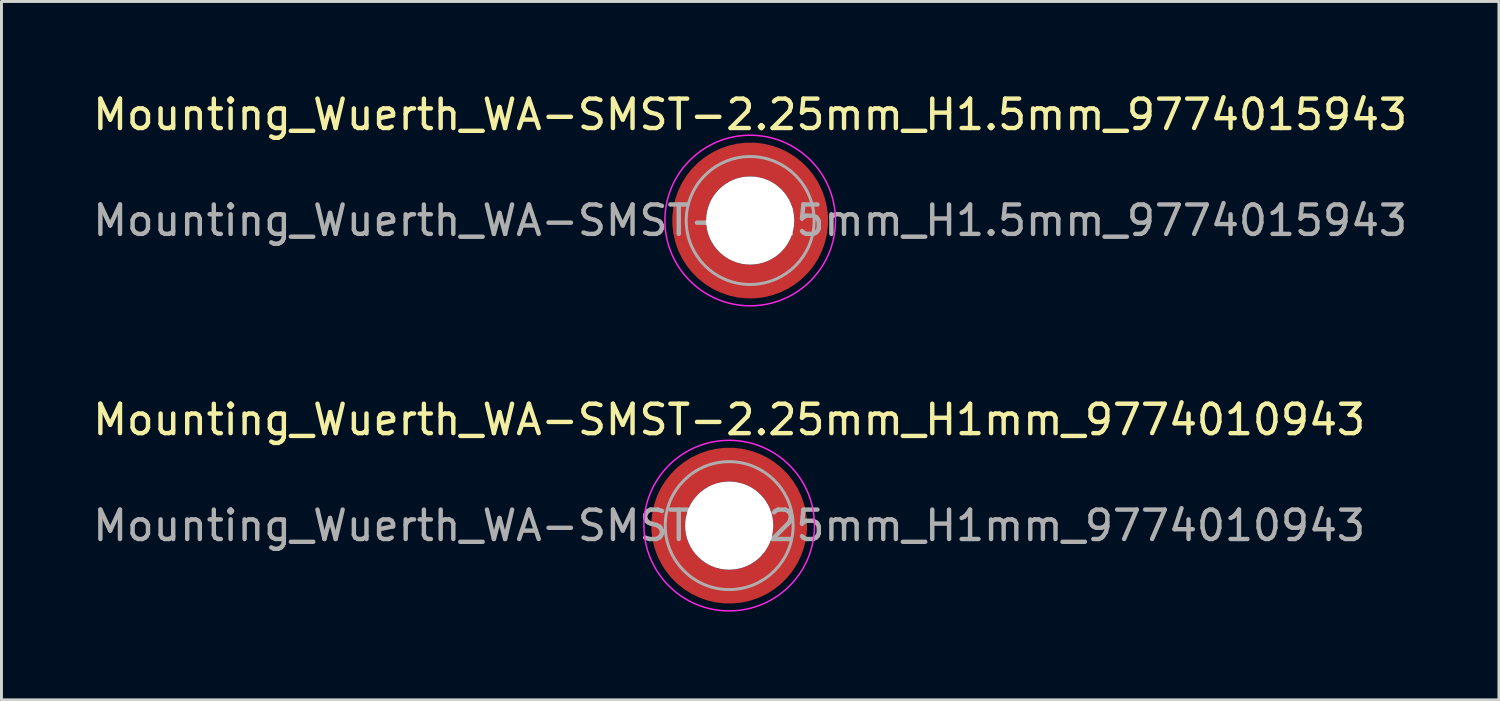
<source format=kicad_pcb>
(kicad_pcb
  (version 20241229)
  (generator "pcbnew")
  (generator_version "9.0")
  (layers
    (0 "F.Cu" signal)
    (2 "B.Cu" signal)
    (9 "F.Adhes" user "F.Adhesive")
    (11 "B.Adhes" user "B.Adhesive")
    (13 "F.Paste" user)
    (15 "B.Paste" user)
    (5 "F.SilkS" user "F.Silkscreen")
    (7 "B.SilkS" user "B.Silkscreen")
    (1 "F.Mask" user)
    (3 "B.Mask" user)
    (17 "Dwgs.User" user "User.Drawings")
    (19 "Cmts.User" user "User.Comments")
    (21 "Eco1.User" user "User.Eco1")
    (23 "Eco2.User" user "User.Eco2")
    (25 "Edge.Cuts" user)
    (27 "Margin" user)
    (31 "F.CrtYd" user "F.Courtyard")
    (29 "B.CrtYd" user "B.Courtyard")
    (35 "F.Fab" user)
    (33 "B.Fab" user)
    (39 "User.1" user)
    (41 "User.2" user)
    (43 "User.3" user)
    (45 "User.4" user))
  (footprint "Mounting_Wuerth_WA-SMST-2.25mm_H1mm_9774010943"
    (layer "F.Cu")
    (at 21.744 14.822)
    (property "Reference" "Mounting_Wuerth_WA-SMST-2.25mm_H1mm_9774010943" (at 0 -3.6 0) (layer "F.SilkS") (effects (font (size 1 1) (thickness 0.15))))
    (attr smd)
    (fp_circle (center 0 0) (end 2.9 0) (stroke (width 0.05) (type solid)) (fill no) (layer "F.CrtYd"))
    (fp_circle (center 0 0) (end 2.175 0) (stroke (width 0.1) (type solid)) (fill no) (layer "F.Fab"))
    (fp_text user "${REFERENCE}" (at 0 0 0) (layer "F.Fab") (effects (font (size 1 1) (thickness 0.15))))
    (pad "" smd custom (at -1.453 -1.453) (size 0.61 0.61) (layers "F.Paste") (options (anchor circle)) (primitives (gr_arc (start -0.147677 1.053104) (mid 0.286378 0.286378) (end 1.053104 -0.147677) (width 0.2)) (gr_arc (start -0.240295 1.053104) (mid 0.222738 0.222738) (end 1.053104 -0.240295) (width 0.2)) (gr_arc (start -0.332645 1.053104) (mid 0.159099 0.159099) (end 1.053104 -0.332645) (width 0.2)) (gr_arc (start -0.424767 1.053104) (mid 0.095459 0.095459) (end 1.053104 -0.424767) (width 0.2)) (gr_arc (start -0.516693 1.053104) (mid 0.031819 0.031819) (end 1.053104 -0.516693) (width 0.2)) (gr_arc (start -0.608448 1.053104) (mid -0.03182 -0.03182) (end 1.053104 -0.608448) (width 0.2)) (gr_arc (start -0.700056 1.053104) (mid -0.09546 -0.09546) (end 1.053104 -0.700056) (width 0.2)) (gr_arc (start -0.791534 1.053104) (mid -0.159099 -0.159099) (end 1.053104 -0.791534) (width 0.2)) (gr_arc (start -0.882896 1.053104) (mid -0.222738 -0.222738) (end 1.053104 -0.882896) (width 0.2)) (gr_arc (start -0.974157 1.053104) (mid -0.286378 -0.286378) (end 1.053104 -0.974157) (width 0.2)) (gr_line (start 1.053 -0.148) (end 1.053 -0.974) (width 0.2)) (gr_line (start -0.148 1.053) (end -0.974 1.053) (width 0.2))))
    (pad "" smd custom (at -1.453 1.453) (size 0.61 0.61) (layers "F.Paste") (options (anchor circle)) (primitives (gr_arc (start 1.053104 0.147677) (mid 0.286378 -0.286378) (end -0.147677 -1.053104) (width 0.2)) (gr_arc (start 1.053104 0.240295) (mid 0.222738 -0.222738) (end -0.240295 -1.053104) (width 0.2)) (gr_arc (start 1.053104 0.332645) (mid 0.159099 -0.159099) (end -0.332645 -1.053104) (width 0.2)) (gr_arc (start 1.053104 0.424767) (mid 0.095459 -0.095459) (end -0.424767 -1.053104) (width 0.2)) (gr_arc (start 1.053104 0.516693) (mid 0.031819 -0.031819) (end -0.516693 -1.053104) (width 0.2)) (gr_arc (start 1.053104 0.608448) (mid -0.03182 0.03182) (end -0.608448 -1.053104) (width 0.2)) (gr_arc (start 1.053104 0.700056) (mid -0.09546 0.09546) (end -0.700056 -1.053104) (width 0.2)) (gr_arc (start 1.053104 0.791534) (mid -0.159099 0.159099) (end -0.791534 -1.053104) (width 0.2)) (gr_arc (start 1.053104 0.882896) (mid -0.222738 0.222738) (end -0.882896 -1.053104) (width 0.2)) (gr_arc (start 1.053104 0.974157) (mid -0.286378 0.286378) (end -0.974157 -1.053104) (width 0.2)) (gr_line (start -0.148 -1.053) (end -0.974 -1.053) (width 0.2)) (gr_line (start 1.053 0.148) (end 1.053 0.974) (width 0.2))))
    (pad "" np_thru_hole circle (at 0 0) (size 3 3) (drill 3) (layers "*.Cu" "*.Mask"))
    (pad "" smd custom (at 1.453 -1.453) (size 0.61 0.61) (layers "F.Paste") (options (anchor circle)) (primitives (gr_arc (start -1.053104 -0.147677) (mid -0.286378 0.286378) (end 0.147677 1.053104) (width 0.2)) (gr_arc (start -1.053104 -0.240295) (mid -0.222738 0.222738) (end 0.240295 1.053104) (width 0.2)) (gr_arc (start -1.053104 -0.332645) (mid -0.159099 0.159099) (end 0.332645 1.053104) (width 0.2)) (gr_arc (start -1.053104 -0.424767) (mid -0.095459 0.095459) (end 0.424767 1.053104) (width 0.2)) (gr_arc (start -1.053104 -0.516693) (mid -0.031819 0.031819) (end 0.516693 1.053104) (width 0.2)) (gr_arc (start -1.053104 -0.608448) (mid 0.03182 -0.03182) (end 0.608448 1.053104) (width 0.2)) (gr_arc (start -1.053104 -0.700056) (mid 0.09546 -0.09546) (end 0.700056 1.053104) (width 0.2)) (gr_arc (start -1.053104 -0.791534) (mid 0.159099 -0.159099) (end 0.791534 1.053104) (width 0.2)) (gr_arc (start -1.053104 -0.882896) (mid 0.222738 -0.222738) (end 0.882896 1.053104) (width 0.2)) (gr_arc (start -1.053104 -0.974157) (mid 0.286378 -0.286378) (end 0.974157 1.053104) (width 0.2)) (gr_line (start 0.148 1.053) (end 0.974 1.053) (width 0.2)) (gr_line (start -1.053 -0.148) (end -1.053 -0.974) (width 0.2))))
    (pad "" smd custom (at 1.453 1.453) (size 0.61 0.61) (layers "F.Paste") (options (anchor circle)) (primitives (gr_arc (start 0.147677 -1.053104) (mid -0.286378 -0.286378) (end -1.053104 0.147677) (width 0.2)) (gr_arc (start 0.240295 -1.053104) (mid -0.222738 -0.222738) (end -1.053104 0.240295) (width 0.2)) (gr_arc (start 0.332645 -1.053104) (mid -0.159099 -0.159099) (end -1.053104 0.332645) (width 0.2)) (gr_arc (start 0.424767 -1.053104) (mid -0.095459 -0.095459) (end -1.053104 0.424767) (width 0.2)) (gr_arc (start 0.516693 -1.053104) (mid -0.031819 -0.031819) (end -1.053104 0.516693) (width 0.2)) (gr_arc (start 0.608448 -1.053104) (mid 0.03182 0.03182) (end -1.053104 0.608448) (width 0.2)) (gr_arc (start 0.700056 -1.053104) (mid 0.09546 0.09546) (end -1.053104 0.700056) (width 0.2)) (gr_arc (start 0.791534 -1.053104) (mid 0.159099 0.159099) (end -1.053104 0.791534) (width 0.2)) (gr_arc (start 0.882896 -1.053104) (mid 0.222738 0.222738) (end -1.053104 0.882896) (width 0.2)) (gr_arc (start 0.974157 -1.053104) (mid 0.286378 0.286378) (end -1.053104 0.974157) (width 0.2)) (gr_line (start -1.053 0.148) (end -1.053 0.974) (width 0.2)) (gr_line (start 0.148 -1.053) (end 0.974 -1.053) (width 0.2))))
    (pad "1" smd circle (at -2.075 0) (size 0.75 0.75) (layers "F.Cu"))
    (pad "1" smd circle (at 0 -2.075) (size 0.75 0.75) (layers "F.Cu"))
    (pad "1" smd circle (at 0 2.075) (size 0.75 0.75) (layers "F.Cu"))
    (pad "1" smd custom (at 2.075 0) (size 0.75 0.75) (layers "F.Cu" "F.Mask") (options (anchor circle)) (primitives (gr_circle (center -2.075 0) (end 0 0) (width 1.15) (fill no)))))
  (footprint "Mounting_Wuerth_WA-SMST-2.25mm_H1.5mm_9774015943"
    (layer "F.Cu")
    (at 22.458 4.448)
    (property "Reference" "Mounting_Wuerth_WA-SMST-2.25mm_H1.5mm_9774015943" (at 0 -3.6 0) (layer "F.SilkS") (effects (font (size 1 1) (thickness 0.15))))
    (attr smd)
    (fp_circle (center 0 0) (end 2.9 0) (stroke (width 0.05) (type solid)) (fill no) (layer "F.CrtYd"))
    (fp_circle (center 0 0) (end 2.175 0) (stroke (width 0.1) (type solid)) (fill no) (layer "F.Fab"))
    (fp_text user "${REFERENCE}" (at 0 0 0) (layer "F.Fab") (effects (font (size 1 1) (thickness 0.15))))
    (pad "" smd custom (at -1.453 -1.453) (size 0.61 0.61) (layers "F.Paste") (options (anchor circle)) (primitives (gr_arc (start -0.147677 1.053104) (mid 0.286378 0.286378) (end 1.053104 -0.147677) (width 0.2)) (gr_arc (start -0.240295 1.053104) (mid 0.222738 0.222738) (end 1.053104 -0.240295) (width 0.2)) (gr_arc (start -0.332645 1.053104) (mid 0.159099 0.159099) (end 1.053104 -0.332645) (width 0.2)) (gr_arc (start -0.424767 1.053104) (mid 0.095459 0.095459) (end 1.053104 -0.424767) (width 0.2)) (gr_arc (start -0.516693 1.053104) (mid 0.031819 0.031819) (end 1.053104 -0.516693) (width 0.2)) (gr_arc (start -0.608448 1.053104) (mid -0.03182 -0.03182) (end 1.053104 -0.608448) (width 0.2)) (gr_arc (start -0.700056 1.053104) (mid -0.09546 -0.09546) (end 1.053104 -0.700056) (width 0.2)) (gr_arc (start -0.791534 1.053104) (mid -0.159099 -0.159099) (end 1.053104 -0.791534) (width 0.2)) (gr_arc (start -0.882896 1.053104) (mid -0.222738 -0.222738) (end 1.053104 -0.882896) (width 0.2)) (gr_arc (start -0.974157 1.053104) (mid -0.286378 -0.286378) (end 1.053104 -0.974157) (width 0.2)) (gr_line (start 1.053 -0.148) (end 1.053 -0.974) (width 0.2)) (gr_line (start -0.148 1.053) (end -0.974 1.053) (width 0.2))))
    (pad "" smd custom (at -1.453 1.453) (size 0.61 0.61) (layers "F.Paste") (options (anchor circle)) (primitives (gr_arc (start 1.053104 0.147677) (mid 0.286378 -0.286378) (end -0.147677 -1.053104) (width 0.2)) (gr_arc (start 1.053104 0.240295) (mid 0.222738 -0.222738) (end -0.240295 -1.053104) (width 0.2)) (gr_arc (start 1.053104 0.332645) (mid 0.159099 -0.159099) (end -0.332645 -1.053104) (width 0.2)) (gr_arc (start 1.053104 0.424767) (mid 0.095459 -0.095459) (end -0.424767 -1.053104) (width 0.2)) (gr_arc (start 1.053104 0.516693) (mid 0.031819 -0.031819) (end -0.516693 -1.053104) (width 0.2)) (gr_arc (start 1.053104 0.608448) (mid -0.03182 0.03182) (end -0.608448 -1.053104) (width 0.2)) (gr_arc (start 1.053104 0.700056) (mid -0.09546 0.09546) (end -0.700056 -1.053104) (width 0.2)) (gr_arc (start 1.053104 0.791534) (mid -0.159099 0.159099) (end -0.791534 -1.053104) (width 0.2)) (gr_arc (start 1.053104 0.882896) (mid -0.222738 0.222738) (end -0.882896 -1.053104) (width 0.2)) (gr_arc (start 1.053104 0.974157) (mid -0.286378 0.286378) (end -0.974157 -1.053104) (width 0.2)) (gr_line (start -0.148 -1.053) (end -0.974 -1.053) (width 0.2)) (gr_line (start 1.053 0.148) (end 1.053 0.974) (width 0.2))))
    (pad "" np_thru_hole circle (at 0 0) (size 3 3) (drill 3) (layers "*.Cu" "*.Mask"))
    (pad "" smd custom (at 1.453 -1.453) (size 0.61 0.61) (layers "F.Paste") (options (anchor circle)) (primitives (gr_arc (start -1.053104 -0.147677) (mid -0.286378 0.286378) (end 0.147677 1.053104) (width 0.2)) (gr_arc (start -1.053104 -0.240295) (mid -0.222738 0.222738) (end 0.240295 1.053104) (width 0.2)) (gr_arc (start -1.053104 -0.332645) (mid -0.159099 0.159099) (end 0.332645 1.053104) (width 0.2)) (gr_arc (start -1.053104 -0.424767) (mid -0.095459 0.095459) (end 0.424767 1.053104) (width 0.2)) (gr_arc (start -1.053104 -0.516693) (mid -0.031819 0.031819) (end 0.516693 1.053104) (width 0.2)) (gr_arc (start -1.053104 -0.608448) (mid 0.03182 -0.03182) (end 0.608448 1.053104) (width 0.2)) (gr_arc (start -1.053104 -0.700056) (mid 0.09546 -0.09546) (end 0.700056 1.053104) (width 0.2)) (gr_arc (start -1.053104 -0.791534) (mid 0.159099 -0.159099) (end 0.791534 1.053104) (width 0.2)) (gr_arc (start -1.053104 -0.882896) (mid 0.222738 -0.222738) (end 0.882896 1.053104) (width 0.2)) (gr_arc (start -1.053104 -0.974157) (mid 0.286378 -0.286378) (end 0.974157 1.053104) (width 0.2)) (gr_line (start 0.148 1.053) (end 0.974 1.053) (width 0.2)) (gr_line (start -1.053 -0.148) (end -1.053 -0.974) (width 0.2))))
    (pad "" smd custom (at 1.453 1.453) (size 0.61 0.61) (layers "F.Paste") (options (anchor circle)) (primitives (gr_arc (start 0.147677 -1.053104) (mid -0.286378 -0.286378) (end -1.053104 0.147677) (width 0.2)) (gr_arc (start 0.240295 -1.053104) (mid -0.222738 -0.222738) (end -1.053104 0.240295) (width 0.2)) (gr_arc (start 0.332645 -1.053104) (mid -0.159099 -0.159099) (end -1.053104 0.332645) (width 0.2)) (gr_arc (start 0.424767 -1.053104) (mid -0.095459 -0.095459) (end -1.053104 0.424767) (width 0.2)) (gr_arc (start 0.516693 -1.053104) (mid -0.031819 -0.031819) (end -1.053104 0.516693) (width 0.2)) (gr_arc (start 0.608448 -1.053104) (mid 0.03182 0.03182) (end -1.053104 0.608448) (width 0.2)) (gr_arc (start 0.700056 -1.053104) (mid 0.09546 0.09546) (end -1.053104 0.700056) (width 0.2)) (gr_arc (start 0.791534 -1.053104) (mid 0.159099 0.159099) (end -1.053104 0.791534) (width 0.2)) (gr_arc (start 0.882896 -1.053104) (mid 0.222738 0.222738) (end -1.053104 0.882896) (width 0.2)) (gr_arc (start 0.974157 -1.053104) (mid 0.286378 0.286378) (end -1.053104 0.974157) (width 0.2)) (gr_line (start -1.053 0.148) (end -1.053 0.974) (width 0.2)) (gr_line (start 0.148 -1.053) (end 0.974 -1.053) (width 0.2))))
    (pad "1" smd circle (at -2.075 0) (size 0.75 0.75) (layers "F.Cu"))
    (pad "1" smd circle (at 0 -2.075) (size 0.75 0.75) (layers "F.Cu"))
    (pad "1" smd circle (at 0 2.075) (size 0.75 0.75) (layers "F.Cu"))
    (pad "1" smd custom (at 2.075 0) (size 0.75 0.75) (layers "F.Cu" "F.Mask") (options (anchor circle)) (primitives (gr_circle (center -2.075 0) (end 0 0) (width 1.15) (fill no)))))
  (gr_rect
    (start -3 -3)
    (end 47.917 20.747)
    (stroke (width 0.1) (type default))
    (fill no)
    (layer "Edge.Cuts")))
</source>
